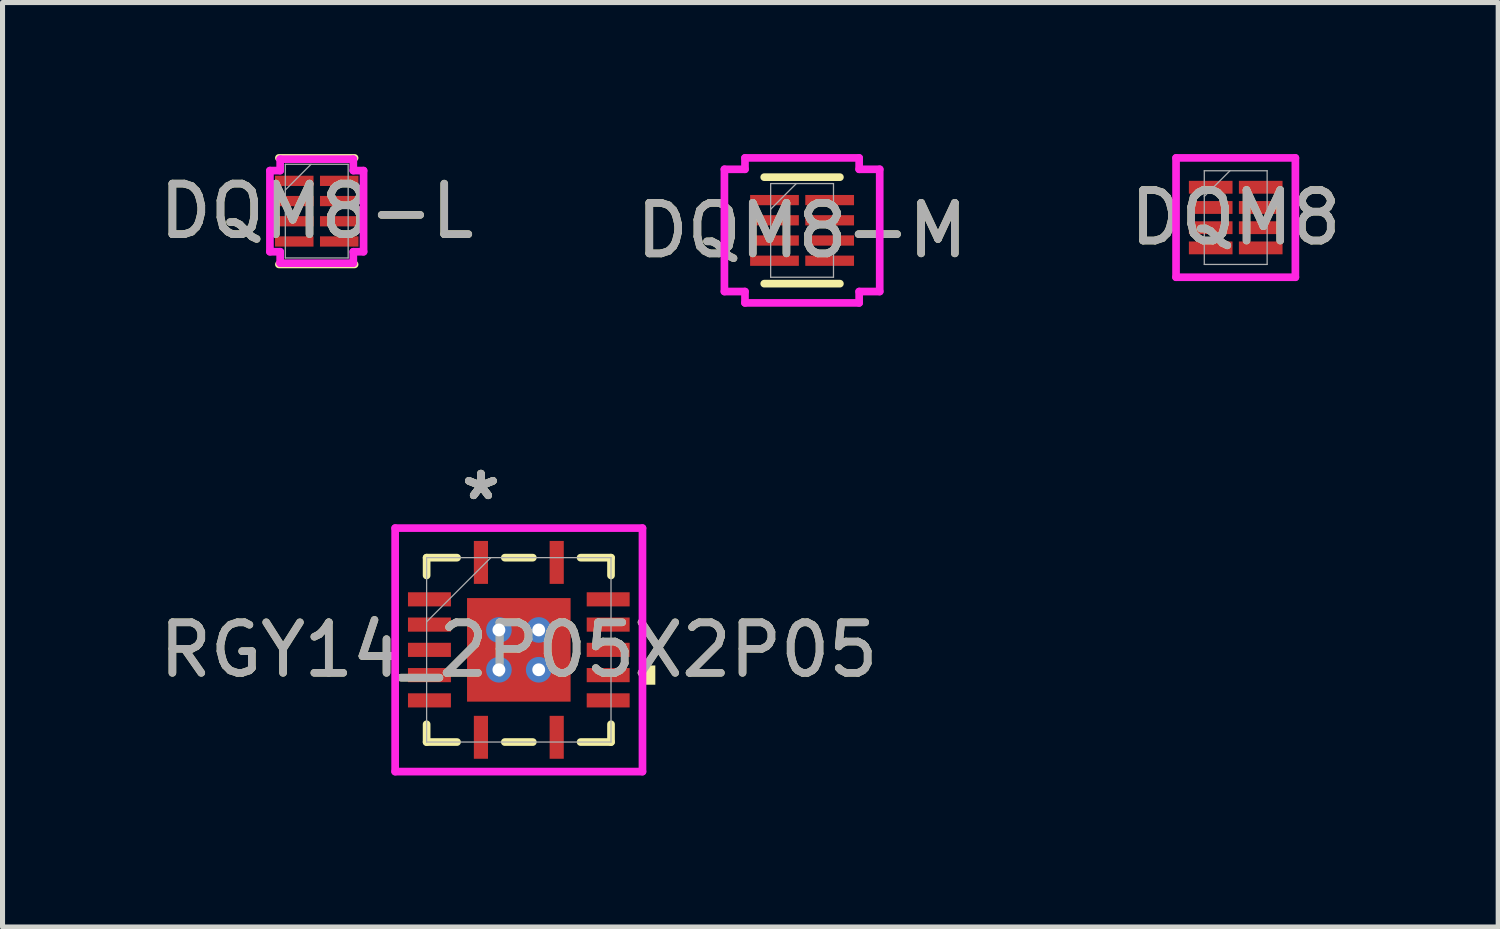
<source format=kicad_pcb>
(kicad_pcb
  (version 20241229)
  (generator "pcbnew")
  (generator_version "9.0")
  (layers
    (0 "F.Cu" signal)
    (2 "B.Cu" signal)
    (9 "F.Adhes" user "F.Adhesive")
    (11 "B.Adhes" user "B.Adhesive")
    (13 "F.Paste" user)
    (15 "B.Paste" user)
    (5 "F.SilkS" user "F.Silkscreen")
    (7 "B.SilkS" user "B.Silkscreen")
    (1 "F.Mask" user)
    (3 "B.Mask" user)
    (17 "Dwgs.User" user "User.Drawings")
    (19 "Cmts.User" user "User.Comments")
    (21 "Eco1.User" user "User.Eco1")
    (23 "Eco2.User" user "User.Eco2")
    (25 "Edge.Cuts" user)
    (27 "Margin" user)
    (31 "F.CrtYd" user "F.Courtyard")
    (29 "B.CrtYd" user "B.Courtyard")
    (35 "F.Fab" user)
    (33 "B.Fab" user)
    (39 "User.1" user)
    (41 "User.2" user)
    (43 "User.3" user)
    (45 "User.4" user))
  (footprint "DQM8-L"
    (layer "F.Cu")
    (at 3.22 1.13)
    (property "Reference" "DQM8-L" (at 0 0 0) (unlocked yes) (layer "F.SilkS") (effects (font (size 1 1) (thickness 0.15))))
    (attr smd)
    (fp_line (start -0.749 1.054) (end 0.749 1.054) (stroke (width 0.152) (type solid)) (layer "F.SilkS"))
    (fp_line (start 0.749 -1.054) (end -0.749 -1.054) (stroke (width 0.152) (type solid)) (layer "F.SilkS"))
    (fp_line (start -0.927 -0.803) (end -0.724 -0.803) (stroke (width 0.152) (type solid)) (layer "F.CrtYd"))
    (fp_line (start -0.927 0.803) (end -0.927 -0.803) (stroke (width 0.152) (type solid)) (layer "F.CrtYd"))
    (fp_line (start -0.927 0.803) (end -0.724 0.803) (stroke (width 0.152) (type solid)) (layer "F.CrtYd"))
    (fp_line (start -0.724 -1.029) (end 0.724 -1.029) (stroke (width 0.152) (type solid)) (layer "F.CrtYd"))
    (fp_line (start -0.724 -0.803) (end -0.724 -1.029) (stroke (width 0.152) (type solid)) (layer "F.CrtYd"))
    (fp_line (start -0.724 1.029) (end -0.724 0.803) (stroke (width 0.152) (type solid)) (layer "F.CrtYd"))
    (fp_line (start 0.724 -1.029) (end 0.724 -0.803) (stroke (width 0.152) (type solid)) (layer "F.CrtYd"))
    (fp_line (start 0.724 0.803) (end 0.724 1.029) (stroke (width 0.152) (type solid)) (layer "F.CrtYd"))
    (fp_line (start 0.724 1.029) (end -0.724 1.029) (stroke (width 0.152) (type solid)) (layer "F.CrtYd"))
    (fp_line (start 0.927 -0.803) (end 0.724 -0.803) (stroke (width 0.152) (type solid)) (layer "F.CrtYd"))
    (fp_line (start 0.927 -0.803) (end 0.927 0.803) (stroke (width 0.152) (type solid)) (layer "F.CrtYd"))
    (fp_line (start 0.927 0.803) (end 0.724 0.803) (stroke (width 0.152) (type solid)) (layer "F.CrtYd"))
    (fp_line (start -0.622 -0.927) (end -0.622 0.927) (stroke (width 0.025) (type solid)) (layer "F.Fab"))
    (fp_line (start -0.622 0.927) (end 0.622 0.927) (stroke (width 0.025) (type solid)) (layer "F.Fab"))
    (fp_line (start -0.114 -0.927) (end -0.622 -0.419) (stroke (width 0.025) (type solid)) (layer "F.Fab"))
    (fp_line (start 0.622 -0.927) (end -0.622 -0.927) (stroke (width 0.025) (type solid)) (layer "F.Fab"))
    (fp_line (start 0.622 0.927) (end 0.622 -0.927) (stroke (width 0.025) (type solid)) (layer "F.Fab"))
    (fp_text user "${REFERENCE}" (at 0 0 0) (unlocked yes) (layer "F.Fab") (effects (font (size 1 1) (thickness 0.15))))
    (pad "1" smd rect (at -0.445 -0.6) (size 0.762 0.203) (layers "F.Cu" "F.Mask" "F.Paste"))
    (pad "2" smd rect (at -0.445 -0.2) (size 0.762 0.203) (layers "F.Cu" "F.Mask" "F.Paste"))
    (pad "3" smd rect (at -0.445 0.2) (size 0.762 0.203) (layers "F.Cu" "F.Mask" "F.Paste"))
    (pad "4" smd rect (at -0.445 0.6) (size 0.762 0.203) (layers "F.Cu" "F.Mask" "F.Paste"))
    (pad "5" smd rect (at 0.445 0.6) (size 0.762 0.203) (layers "F.Cu" "F.Mask" "F.Paste"))
    (pad "6" smd rect (at 0.445 0.2) (size 0.762 0.203) (layers "F.Cu" "F.Mask" "F.Paste"))
    (pad "7" smd rect (at 0.445 -0.2) (size 0.762 0.203) (layers "F.Cu" "F.Mask" "F.Paste"))
    (pad "8" smd rect (at 0.445 -0.6) (size 0.762 0.203) (layers "F.Cu" "F.Mask" "F.Paste")))
  (footprint "DQM8"
    (layer "F.Cu")
    (at 21.411 1.257)
    (property "Reference" "DQM8" (at 0 0 0) (unlocked yes) (layer "F.SilkS") (effects (font (size 1 1) (thickness 0.15))))
    (attr smd)
    (fp_line (start -1.181 -1.181) (end 1.181 -1.181) (stroke (width 0.152) (type solid)) (layer "F.CrtYd"))
    (fp_line (start -1.181 1.181) (end -1.181 -1.181) (stroke (width 0.152) (type solid)) (layer "F.CrtYd"))
    (fp_line (start 1.181 -1.181) (end 1.181 1.181) (stroke (width 0.152) (type solid)) (layer "F.CrtYd"))
    (fp_line (start 1.181 1.181) (end -1.181 1.181) (stroke (width 0.152) (type solid)) (layer "F.CrtYd"))
    (fp_line (start -0.622 -0.927) (end -0.622 0.927) (stroke (width 0.025) (type solid)) (layer "F.Fab"))
    (fp_line (start -0.622 0.927) (end 0.622 0.927) (stroke (width 0.025) (type solid)) (layer "F.Fab"))
    (fp_line (start -0.114 -0.927) (end -0.622 -0.419) (stroke (width 0.025) (type solid)) (layer "F.Fab"))
    (fp_line (start 0.622 -0.927) (end -0.622 -0.927) (stroke (width 0.025) (type solid)) (layer "F.Fab"))
    (fp_line (start 0.622 0.927) (end 0.622 -0.927) (stroke (width 0.025) (type solid)) (layer "F.Fab"))
    (fp_text user "${REFERENCE}" (at 0 0 0) (unlocked yes) (layer "F.Fab") (effects (font (size 1 1) (thickness 0.15))))
    (pad "1" smd rect (at -0.495 -0.6) (size 0.864 0.254) (layers "F.Cu" "F.Mask" "F.Paste"))
    (pad "2" smd rect (at -0.495 -0.2) (size 0.864 0.254) (layers "F.Cu" "F.Mask" "F.Paste"))
    (pad "3" smd rect (at -0.495 0.2) (size 0.864 0.254) (layers "F.Cu" "F.Mask" "F.Paste"))
    (pad "4" smd rect (at -0.495 0.6) (size 0.864 0.254) (layers "F.Cu" "F.Mask" "F.Paste"))
    (pad "5" smd rect (at 0.495 0.6) (size 0.864 0.254) (layers "F.Cu" "F.Mask" "F.Paste"))
    (pad "6" smd rect (at 0.495 0.2) (size 0.864 0.254) (layers "F.Cu" "F.Mask" "F.Paste"))
    (pad "7" smd rect (at 0.495 -0.2) (size 0.864 0.254) (layers "F.Cu" "F.Mask" "F.Paste"))
    (pad "8" smd rect (at 0.495 -0.6) (size 0.864 0.254) (layers "F.Cu" "F.Mask" "F.Paste")))
  (footprint "DQM8-M"
    (layer "F.Cu")
    (at 12.827 1.511)
    (property "Reference" "DQM8-M" (at 0 0 0) (unlocked yes) (layer "F.SilkS") (effects (font (size 1 1) (thickness 0.15))))
    (attr smd)
    (fp_line (start -0.749 1.054) (end 0.749 1.054) (stroke (width 0.152) (type solid)) (layer "F.SilkS"))
    (fp_line (start 0.749 -1.054) (end -0.749 -1.054) (stroke (width 0.152) (type solid)) (layer "F.SilkS"))
    (fp_line (start -1.537 -1.21) (end -1.13 -1.21) (stroke (width 0.152) (type solid)) (layer "F.CrtYd"))
    (fp_line (start -1.537 1.21) (end -1.537 -1.21) (stroke (width 0.152) (type solid)) (layer "F.CrtYd"))
    (fp_line (start -1.537 1.21) (end -1.13 1.21) (stroke (width 0.152) (type solid)) (layer "F.CrtYd"))
    (fp_line (start -1.13 -1.435) (end 1.13 -1.435) (stroke (width 0.152) (type solid)) (layer "F.CrtYd"))
    (fp_line (start -1.13 -1.21) (end -1.13 -1.435) (stroke (width 0.152) (type solid)) (layer "F.CrtYd"))
    (fp_line (start -1.13 1.435) (end -1.13 1.21) (stroke (width 0.152) (type solid)) (layer "F.CrtYd"))
    (fp_line (start 1.13 -1.435) (end 1.13 -1.21) (stroke (width 0.152) (type solid)) (layer "F.CrtYd"))
    (fp_line (start 1.13 1.21) (end 1.13 1.435) (stroke (width 0.152) (type solid)) (layer "F.CrtYd"))
    (fp_line (start 1.13 1.435) (end -1.13 1.435) (stroke (width 0.152) (type solid)) (layer "F.CrtYd"))
    (fp_line (start 1.537 -1.21) (end 1.13 -1.21) (stroke (width 0.152) (type solid)) (layer "F.CrtYd"))
    (fp_line (start 1.537 -1.21) (end 1.537 1.21) (stroke (width 0.152) (type solid)) (layer "F.CrtYd"))
    (fp_line (start 1.537 1.21) (end 1.13 1.21) (stroke (width 0.152) (type solid)) (layer "F.CrtYd"))
    (fp_line (start -0.622 -0.927) (end -0.622 0.927) (stroke (width 0.025) (type solid)) (layer "F.Fab"))
    (fp_line (start -0.622 0.927) (end 0.622 0.927) (stroke (width 0.025) (type solid)) (layer "F.Fab"))
    (fp_line (start -0.114 -0.927) (end -0.622 -0.419) (stroke (width 0.025) (type solid)) (layer "F.Fab"))
    (fp_line (start 0.622 -0.927) (end -0.622 -0.927) (stroke (width 0.025) (type solid)) (layer "F.Fab"))
    (fp_line (start 0.622 0.927) (end 0.622 -0.927) (stroke (width 0.025) (type solid)) (layer "F.Fab"))
    (fp_text user "${REFERENCE}" (at 0 0 0) (unlocked yes) (layer "F.Fab") (effects (font (size 1 1) (thickness 0.15))))
    (pad "1" smd rect (at -0.546 -0.6) (size 0.965 0.203) (layers "F.Cu" "F.Mask" "F.Paste"))
    (pad "2" smd rect (at -0.546 -0.2) (size 0.965 0.203) (layers "F.Cu" "F.Mask" "F.Paste"))
    (pad "3" smd rect (at -0.546 0.2) (size 0.965 0.203) (layers "F.Cu" "F.Mask" "F.Paste"))
    (pad "4" smd rect (at -0.546 0.6) (size 0.965 0.203) (layers "F.Cu" "F.Mask" "F.Paste"))
    (pad "5" smd rect (at 0.546 0.6) (size 0.965 0.203) (layers "F.Cu" "F.Mask" "F.Paste"))
    (pad "6" smd rect (at 0.546 0.2) (size 0.965 0.203) (layers "F.Cu" "F.Mask" "F.Paste"))
    (pad "7" smd rect (at 0.546 -0.2) (size 0.965 0.203) (layers "F.Cu" "F.Mask" "F.Paste"))
    (pad "8" smd rect (at 0.546 -0.6) (size 0.965 0.203) (layers "F.Cu" "F.Mask" "F.Paste")))
  (footprint "RGY14_2P05X2P05"
    (layer "F.Cu")
    (at 7.22 9.814)
    (property "Reference" "RGY14_2P05X2P05" (at 0 0 0) (unlocked yes) (layer "F.SilkS") (effects (font (size 1 1) (thickness 0.15))))
    (attr smd)
    (fp_poly (pts (xy -2.264 -1.21) (xy -2.264 -0.79) (xy -1.274 -0.79) (xy -1.274 -1.21)) (stroke (width 0) (type solid)) (fill yes) (layer "F.Mask"))
    (fp_poly (pts (xy -2.264 -0.71) (xy -2.264 -0.29) (xy -1.274 -0.29) (xy -1.274 -0.71)) (stroke (width 0) (type solid)) (fill yes) (layer "F.Mask"))
    (fp_poly (pts (xy -2.264 -0.21) (xy -2.264 0.21) (xy -1.274 0.21) (xy -1.274 -0.21)) (stroke (width 0) (type solid)) (fill yes) (layer "F.Mask"))
    (fp_poly (pts (xy -2.264 0.29) (xy -2.264 0.71) (xy -1.274 0.71) (xy -1.274 0.29)) (stroke (width 0) (type solid)) (fill yes) (layer "F.Mask"))
    (fp_poly (pts (xy -2.264 0.79) (xy -2.264 1.21) (xy -1.274 1.21) (xy -1.274 0.79)) (stroke (width 0) (type solid)) (fill yes) (layer "F.Mask"))
    (fp_poly (pts (xy -1.089 -1.089) (xy -0.594 -1.089) (xy -0.594 1.089) (xy -1.089 1.089)) (stroke (width 0) (type solid)) (fill yes) (layer "F.Mask"))
    (fp_poly (pts (xy -1.089 -1.089) (xy 1.089 -1.089) (xy 1.089 -0.594) (xy -1.089 -0.594)) (stroke (width 0) (type solid)) (fill yes) (layer "F.Mask"))
    (fp_poly (pts (xy -1.089 -0.194) (xy 1.089 -0.194) (xy 1.089 0.194) (xy -1.089 0.194)) (stroke (width 0) (type solid)) (fill yes) (layer "F.Mask"))
    (fp_poly (pts (xy -1.089 0.594) (xy 1.089 0.594) (xy 1.089 1.089) (xy -1.089 1.089)) (stroke (width 0) (type solid)) (fill yes) (layer "F.Mask"))
    (fp_poly (pts (xy -0.96 -2.226) (xy -0.96 -1.236) (xy -0.54 -1.236) (xy -0.54 -2.226)) (stroke (width 0) (type solid)) (fill yes) (layer "F.Mask"))
    (fp_poly (pts (xy -0.96 1.236) (xy -0.96 2.226) (xy -0.54 2.226) (xy -0.54 1.236)) (stroke (width 0) (type solid)) (fill yes) (layer "F.Mask"))
    (fp_poly (pts (xy 0.194 -1.089) (xy -0.194 -1.089) (xy -0.194 1.089) (xy 0.194 1.089)) (stroke (width 0) (type solid)) (fill yes) (layer "F.Mask"))
    (fp_poly (pts (xy 0.54 -2.226) (xy 0.54 -1.236) (xy 0.96 -1.236) (xy 0.96 -2.226)) (stroke (width 0) (type solid)) (fill yes) (layer "F.Mask"))
    (fp_poly (pts (xy 0.54 1.236) (xy 0.54 2.226) (xy 0.96 2.226) (xy 0.96 1.236)) (stroke (width 0) (type solid)) (fill yes) (layer "F.Mask"))
    (fp_poly (pts (xy 0.594 -1.089) (xy 1.089 -1.089) (xy 1.089 1.089) (xy 0.594 1.089)) (stroke (width 0) (type solid)) (fill yes) (layer "F.Mask"))
    (fp_poly (pts (xy 1.274 -1.21) (xy 1.274 -0.79) (xy 2.264 -0.79) (xy 2.264 -1.21)) (stroke (width 0) (type solid)) (fill yes) (layer "F.Mask"))
    (fp_poly (pts (xy 1.274 -0.71) (xy 1.274 -0.29) (xy 2.264 -0.29) (xy 2.264 -0.71)) (stroke (width 0) (type solid)) (fill yes) (layer "F.Mask"))
    (fp_poly (pts (xy 1.274 -0.21) (xy 1.274 0.21) (xy 2.264 0.21) (xy 2.264 -0.21)) (stroke (width 0) (type solid)) (fill yes) (layer "F.Mask"))
    (fp_poly (pts (xy 1.274 0.29) (xy 1.274 0.71) (xy 2.264 0.71) (xy 2.264 0.29)) (stroke (width 0) (type solid)) (fill yes) (layer "F.Mask"))
    (fp_poly (pts (xy 1.274 0.79) (xy 1.274 1.21) (xy 2.264 1.21) (xy 2.264 0.79)) (stroke (width 0) (type solid)) (fill yes) (layer "F.Mask"))
    (fp_line (start -1.825 -1.825) (end -1.825 -1.473) (stroke (width 0.152) (type solid)) (layer "F.SilkS"))
    (fp_line (start -1.825 1.473) (end -1.825 1.825) (stroke (width 0.152) (type solid)) (layer "F.SilkS"))
    (fp_line (start -1.825 1.825) (end -1.223 1.825) (stroke (width 0.152) (type solid)) (layer "F.SilkS"))
    (fp_line (start -1.223 -1.825) (end -1.825 -1.825) (stroke (width 0.152) (type solid)) (layer "F.SilkS"))
    (fp_line (start -0.277 1.825) (end 0.277 1.825) (stroke (width 0.152) (type solid)) (layer "F.SilkS"))
    (fp_line (start 0.277 -1.825) (end -0.277 -1.825) (stroke (width 0.152) (type solid)) (layer "F.SilkS"))
    (fp_line (start 1.223 1.825) (end 1.825 1.825) (stroke (width 0.152) (type solid)) (layer "F.SilkS"))
    (fp_line (start 1.825 -1.825) (end 1.223 -1.825) (stroke (width 0.152) (type solid)) (layer "F.SilkS"))
    (fp_line (start 1.825 -1.473) (end 1.825 -1.825) (stroke (width 0.152) (type solid)) (layer "F.SilkS"))
    (fp_line (start 1.825 1.825) (end 1.825 1.473) (stroke (width 0.152) (type solid)) (layer "F.SilkS"))
    (fp_poly (pts (xy 2.702 0.309) (xy 2.702 0.69) (xy 2.448 0.69) (xy 2.448 0.309)) (stroke (width 0) (type solid)) (fill yes) (layer "F.SilkS"))
    (fp_poly (pts (xy -2.143 -1.089) (xy -2.143 -0.911) (xy -1.395 -0.911) (xy -1.395 -1.089)) (stroke (width 0) (type solid)) (fill yes) (layer "F.Paste"))
    (fp_poly (pts (xy -2.143 -0.589) (xy -2.143 -0.411) (xy -1.395 -0.411) (xy -1.395 -0.589)) (stroke (width 0) (type solid)) (fill yes) (layer "F.Paste"))
    (fp_poly (pts (xy -2.143 -0.089) (xy -2.143 0.089) (xy -1.395 0.089) (xy -1.395 -0.089)) (stroke (width 0) (type solid)) (fill yes) (layer "F.Paste"))
    (fp_poly (pts (xy -2.143 0.411) (xy -2.143 0.589) (xy -1.395 0.589) (xy -1.395 0.411)) (stroke (width 0) (type solid)) (fill yes) (layer "F.Paste"))
    (fp_poly (pts (xy -2.143 0.911) (xy -2.143 1.089) (xy -1.395 1.089) (xy -1.395 0.911)) (stroke (width 0) (type solid)) (fill yes) (layer "F.Paste"))
    (fp_poly (pts (xy -0.839 -2.105) (xy -0.839 -1.357) (xy -0.661 -1.357) (xy -0.661 -2.105)) (stroke (width 0) (type solid)) (fill yes) (layer "F.Paste"))
    (fp_poly (pts (xy -0.839 1.357) (xy -0.839 2.105) (xy -0.661 2.105) (xy -0.661 1.357)) (stroke (width 0) (type solid)) (fill yes) (layer "F.Paste"))
    (fp_poly (pts (xy 0.661 -2.105) (xy 0.661 -1.357) (xy 0.839 -1.357) (xy 0.839 -2.105)) (stroke (width 0) (type solid)) (fill yes) (layer "F.Paste"))
    (fp_poly (pts (xy 0.661 1.357) (xy 0.661 2.105) (xy 0.839 2.105) (xy 0.839 1.357)) (stroke (width 0) (type solid)) (fill yes) (layer "F.Paste"))
    (fp_poly (pts (xy 1.395 -1.089) (xy 1.395 -0.911) (xy 2.143 -0.911) (xy 2.143 -1.089)) (stroke (width 0) (type solid)) (fill yes) (layer "F.Paste"))
    (fp_poly (pts (xy 1.395 -0.589) (xy 1.395 -0.411) (xy 2.143 -0.411) (xy 2.143 -0.589)) (stroke (width 0) (type solid)) (fill yes) (layer "F.Paste"))
    (fp_poly (pts (xy 1.395 -0.089) (xy 1.395 0.089) (xy 2.143 0.089) (xy 2.143 -0.089)) (stroke (width 0) (type solid)) (fill yes) (layer "F.Paste"))
    (fp_poly (pts (xy 1.395 0.411) (xy 1.395 0.589) (xy 2.143 0.589) (xy 2.143 0.411)) (stroke (width 0) (type solid)) (fill yes) (layer "F.Paste"))
    (fp_poly (pts (xy 1.395 0.911) (xy 1.395 1.089) (xy 2.143 1.089) (xy 2.143 0.911)) (stroke (width 0) (type solid)) (fill yes) (layer "F.Paste"))
    (fp_poly (pts (xy -0.95 -0.95) (xy -0.95 -0.494) (xy -0.635 -0.494) (xy -0.494 -0.635) (xy -0.494 -0.95)) (stroke (width 0) (type solid)) (fill yes) (layer "F.Paste"))
    (fp_poly (pts (xy -0.95 0.494) (xy -0.95 0.95) (xy -0.494 0.95) (xy -0.494 0.635) (xy -0.635 0.494)) (stroke (width 0) (type solid)) (fill yes) (layer "F.Paste"))
    (fp_poly (pts (xy 0.494 -0.95) (xy 0.494 -0.635) (xy 0.635 -0.494) (xy 0.95 -0.494) (xy 0.95 -0.95)) (stroke (width 0) (type solid)) (fill yes) (layer "F.Paste"))
    (fp_poly (pts (xy 0.635 0.494) (xy 0.494 0.635) (xy 0.494 0.95) (xy 0.95 0.95) (xy 0.95 0.494)) (stroke (width 0) (type solid)) (fill yes) (layer "F.Paste"))
    (fp_poly (pts (xy -0.95 -0.294) (xy -0.95 0.294) (xy -0.635 0.294) (xy -0.494 0.152) (xy -0.494 -0.152) (xy -0.635 -0.294)) (stroke (width 0) (type solid)) (fill yes) (layer "F.Paste"))
    (fp_poly (pts (xy -0.294 -0.95) (xy -0.294 -0.635) (xy -0.152 -0.494) (xy 0.152 -0.494) (xy 0.294 -0.635) (xy 0.294 -0.95)) (stroke (width 0) (type solid)) (fill yes) (layer "F.Paste"))
    (fp_poly (pts (xy -0.152 0.494) (xy -0.294 0.635) (xy -0.294 0.95) (xy 0.294 0.95) (xy 0.294 0.635) (xy 0.152 0.494)) (stroke (width 0) (type solid)) (fill yes) (layer "F.Paste"))
    (fp_poly (pts (xy 0.635 -0.294) (xy 0.494 -0.152) (xy 0.494 0.152) (xy 0.635 0.294) (xy 0.95 0.294) (xy 0.95 -0.294)) (stroke (width 0) (type solid)) (fill yes) (layer "F.Paste"))
    (fp_poly (pts (xy -0.152 -0.294) (xy -0.294 -0.152) (xy -0.294 0.152) (xy -0.152 0.294) (xy 0.152 0.294) (xy 0.294 0.152) (xy 0.294 -0.152) (xy 0.152 -0.294)) (stroke (width 0) (type solid)) (fill yes) (layer "F.Paste"))
    (fp_line (start -2.448 -2.41) (end 2.448 -2.41) (stroke (width 0.152) (type solid)) (layer "F.CrtYd"))
    (fp_line (start -2.448 2.41) (end -2.448 -2.41) (stroke (width 0.152) (type solid)) (layer "F.CrtYd"))
    (fp_line (start 2.448 -2.41) (end 2.448 2.41) (stroke (width 0.152) (type solid)) (layer "F.CrtYd"))
    (fp_line (start 2.448 2.41) (end -2.448 2.41) (stroke (width 0.152) (type solid)) (layer "F.CrtYd"))
    (fp_line (start -1.825 -1.825) (end -1.825 1.825) (stroke (width 0.025) (type solid)) (layer "F.Fab"))
    (fp_line (start -1.825 -0.555) (end -0.555 -1.825) (stroke (width 0.025) (type solid)) (layer "F.Fab"))
    (fp_line (start -1.825 1.825) (end 1.825 1.825) (stroke (width 0.025) (type solid)) (layer "F.Fab"))
    (fp_line (start 1.825 -1.825) (end -1.825 -1.825) (stroke (width 0.025) (type solid)) (layer "F.Fab"))
    (fp_line (start 1.825 1.825) (end 1.825 -1.825) (stroke (width 0.025) (type solid)) (layer "F.Fab"))
    (fp_text user "*" (at -0.75 -2.943 0) (unlocked yes) (layer "F.SilkS") (effects (font (size 1 1) (thickness 0.15))))
    (fp_text user "*" (at -0.75 -2.943 0) (layer "F.SilkS") (effects (font (size 1 1) (thickness 0.15))))
    (fp_text user "*" (at -0.75 -2.943 0) (unlocked yes) (layer "F.Fab") (effects (font (size 1 1) (thickness 0.15))))
    (fp_text user "*" (at -0.75 -2.943 0) (layer "F.Fab") (effects (font (size 1 1) (thickness 0.15))))
    (fp_text user "${REFERENCE}" (at 0 0 0) (unlocked yes) (layer "F.Fab") (effects (font (size 1 1) (thickness 0.15))))
    (pad "1" smd rect (at -0.75 -1.731) (size 0.28 0.85) (layers "F.Cu" "F.Mask"))
    (pad "2" smd rect (at -1.769 -1 90) (size 0.28 0.85) (layers "F.Cu" "F.Mask"))
    (pad "3" smd rect (at -1.769 -0.5 90) (size 0.28 0.85) (layers "F.Cu" "F.Mask"))
    (pad "4" smd rect (at -1.769 0 90) (size 0.28 0.85) (layers "F.Cu" "F.Mask"))
    (pad "5" smd rect (at -1.769 0.5 90) (size 0.28 0.85) (layers "F.Cu" "F.Mask"))
    (pad "6" smd rect (at -1.769 1 90) (size 0.28 0.85) (layers "F.Cu" "F.Mask"))
    (pad "7" smd rect (at -0.75 1.731) (size 0.28 0.85) (layers "F.Cu" "F.Mask"))
    (pad "8" smd rect (at 0.75 1.731) (size 0.28 0.85) (layers "F.Cu" "F.Mask"))
    (pad "9" smd rect (at 1.769 1 90) (size 0.28 0.85) (layers "F.Cu" "F.Mask"))
    (pad "10" smd rect (at 1.769 0.5 90) (size 0.28 0.85) (layers "F.Cu" "F.Mask"))
    (pad "11" smd rect (at 1.769 0 90) (size 0.28 0.85) (layers "F.Cu" "F.Mask"))
    (pad "12" smd rect (at 1.769 -0.5 90) (size 0.28 0.85) (layers "F.Cu" "F.Mask"))
    (pad "13" smd rect (at 1.769 -1 90) (size 0.28 0.85) (layers "F.Cu" "F.Mask"))
    (pad "14" smd rect (at 0.75 -1.731) (size 0.28 0.85) (layers "F.Cu" "F.Mask"))
    (pad "15" smd rect (at 0 0) (size 2.05 2.05) (layers "F.Cu"))
    (pad "V" thru_hole circle (at -0.394 -0.394) (size 0.508 0.508) (drill 0.254) (layers "*.Cu" "*.Mask"))
    (pad "V" thru_hole circle (at -0.394 0.394) (size 0.508 0.508) (drill 0.254) (layers "*.Cu" "*.Mask"))
    (pad "V" thru_hole circle (at 0.394 -0.394) (size 0.508 0.508) (drill 0.254) (layers "*.Cu" "*.Mask"))
    (pad "V" thru_hole circle (at 0.394 0.394) (size 0.508 0.508) (drill 0.254) (layers "*.Cu" "*.Mask")))
  (gr_rect
    (start -3 -3)
    (end 26.607 15.3)
    (stroke (width 0.1) (type default))
    (fill no)
    (layer "Edge.Cuts")))
</source>
